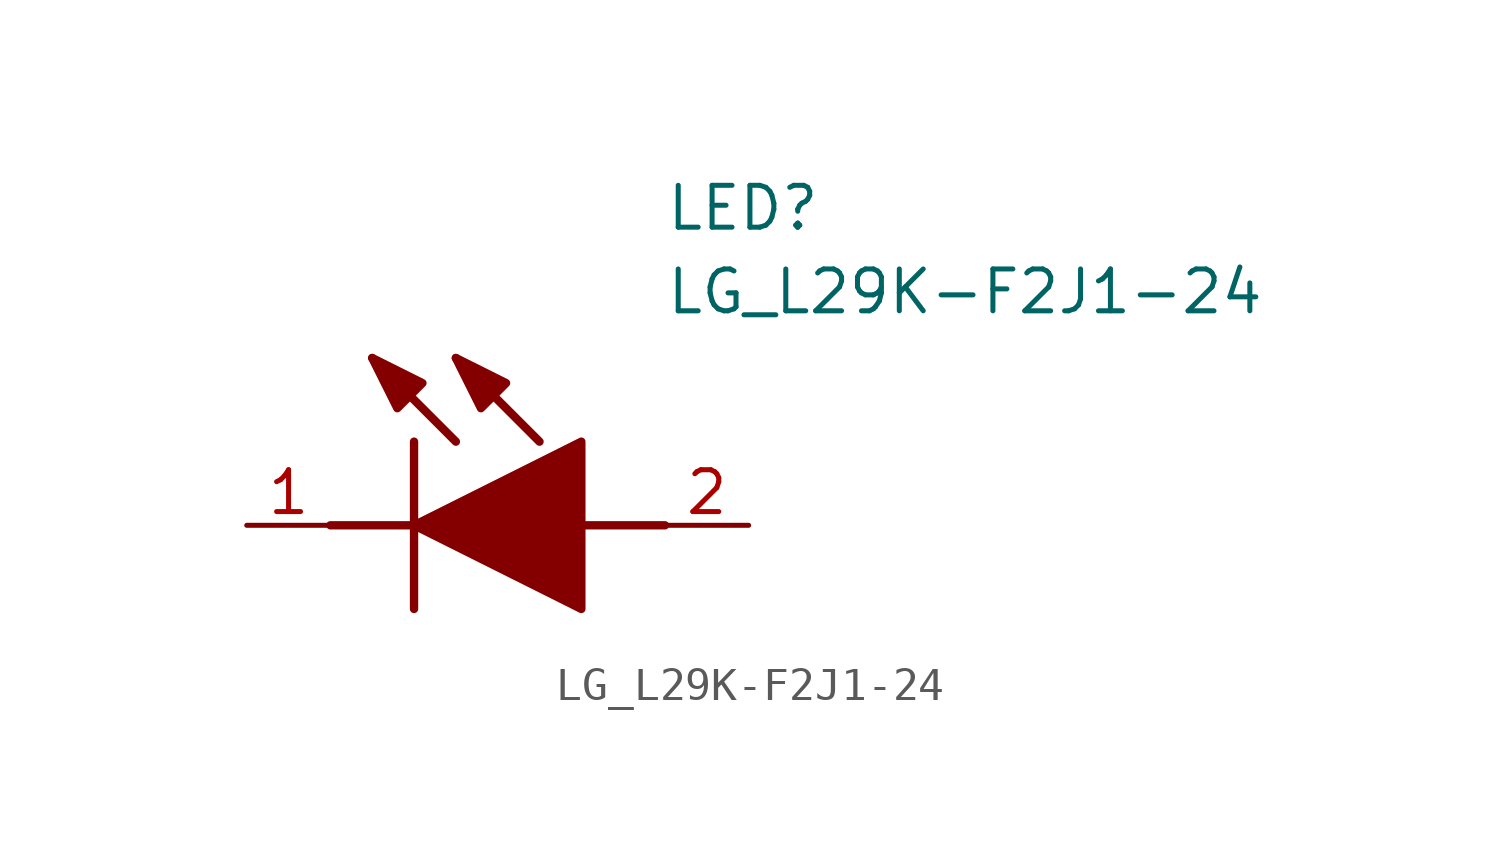
<source format=kicad_sym>
(kicad_symbol_lib
  (version 20211014)
  (generator SamacSys_ECAD_Model)
  (symbol "LG_L29K-F2J1-24"
    (pin_names hide)
    (property "Reference" "LED"
      (at 12.7 8.89 0)
      (effects (font (size 1.27 1.27)) (justify left bottom)))
    (property "Value" "LG_L29K-F2J1-24"
      (at 12.7 6.35 0)
      (effects (font (size 1.27 1.27)) (justify left bottom)))
    (polyline
      (pts (xy 5.08 2.54) (xy 5.08 -2.54))
      (stroke (width 0.254) (type default))
      (fill (type none)))
    (polyline
      (pts (xy 6.35 2.54) (xy 3.81 5.08))
      (stroke (width 0.254) (type default))
      (fill (type none)))
    (polyline
      (pts (xy 8.89 2.54) (xy 6.35 5.08))
      (stroke (width 0.254) (type default))
      (fill (type none)))
    (polyline
      (pts (xy 2.54 0) (xy 5.08 0))
      (stroke (width 0.254) (type default))
      (fill (type none)))
    (polyline
      (pts (xy 10.16 0) (xy 12.7 0))
      (stroke (width 0.254) (type default))
      (fill (type none)))
    (polyline
      (pts (xy 5.08 0) (xy 10.16 2.54) (xy 10.16 -2.54) (xy 5.08 0))
      (stroke (width 0.254) (type default))
      (fill (type outline)))
    (polyline
      (pts (xy 5.334 4.318) (xy 4.572 3.556) (xy 3.81 5.08) (xy 5.334 4.318))
      (stroke (width 0.254) (type default))
      (fill (type outline)))
    (polyline
      (pts (xy 7.874 4.318) (xy 7.112 3.556) (xy 6.35 5.08) (xy 7.874 4.318))
      (stroke (width 0.254) (type default))
      (fill (type outline)))
    (pin passive line
      (at 0 0 0)
      (length 2.54)
      (name "K" (effects (font (size 1.27 1.27))))
      (number "1" (effects (font (size 1.27 1.27)))))
    (pin passive line
      (at 15.24 0 180)
      (length 2.54)
      (name "A" (effects (font (size 1.27 1.27))))
      (number "2" (effects (font (size 1.27 1.27)))))))
</source>
